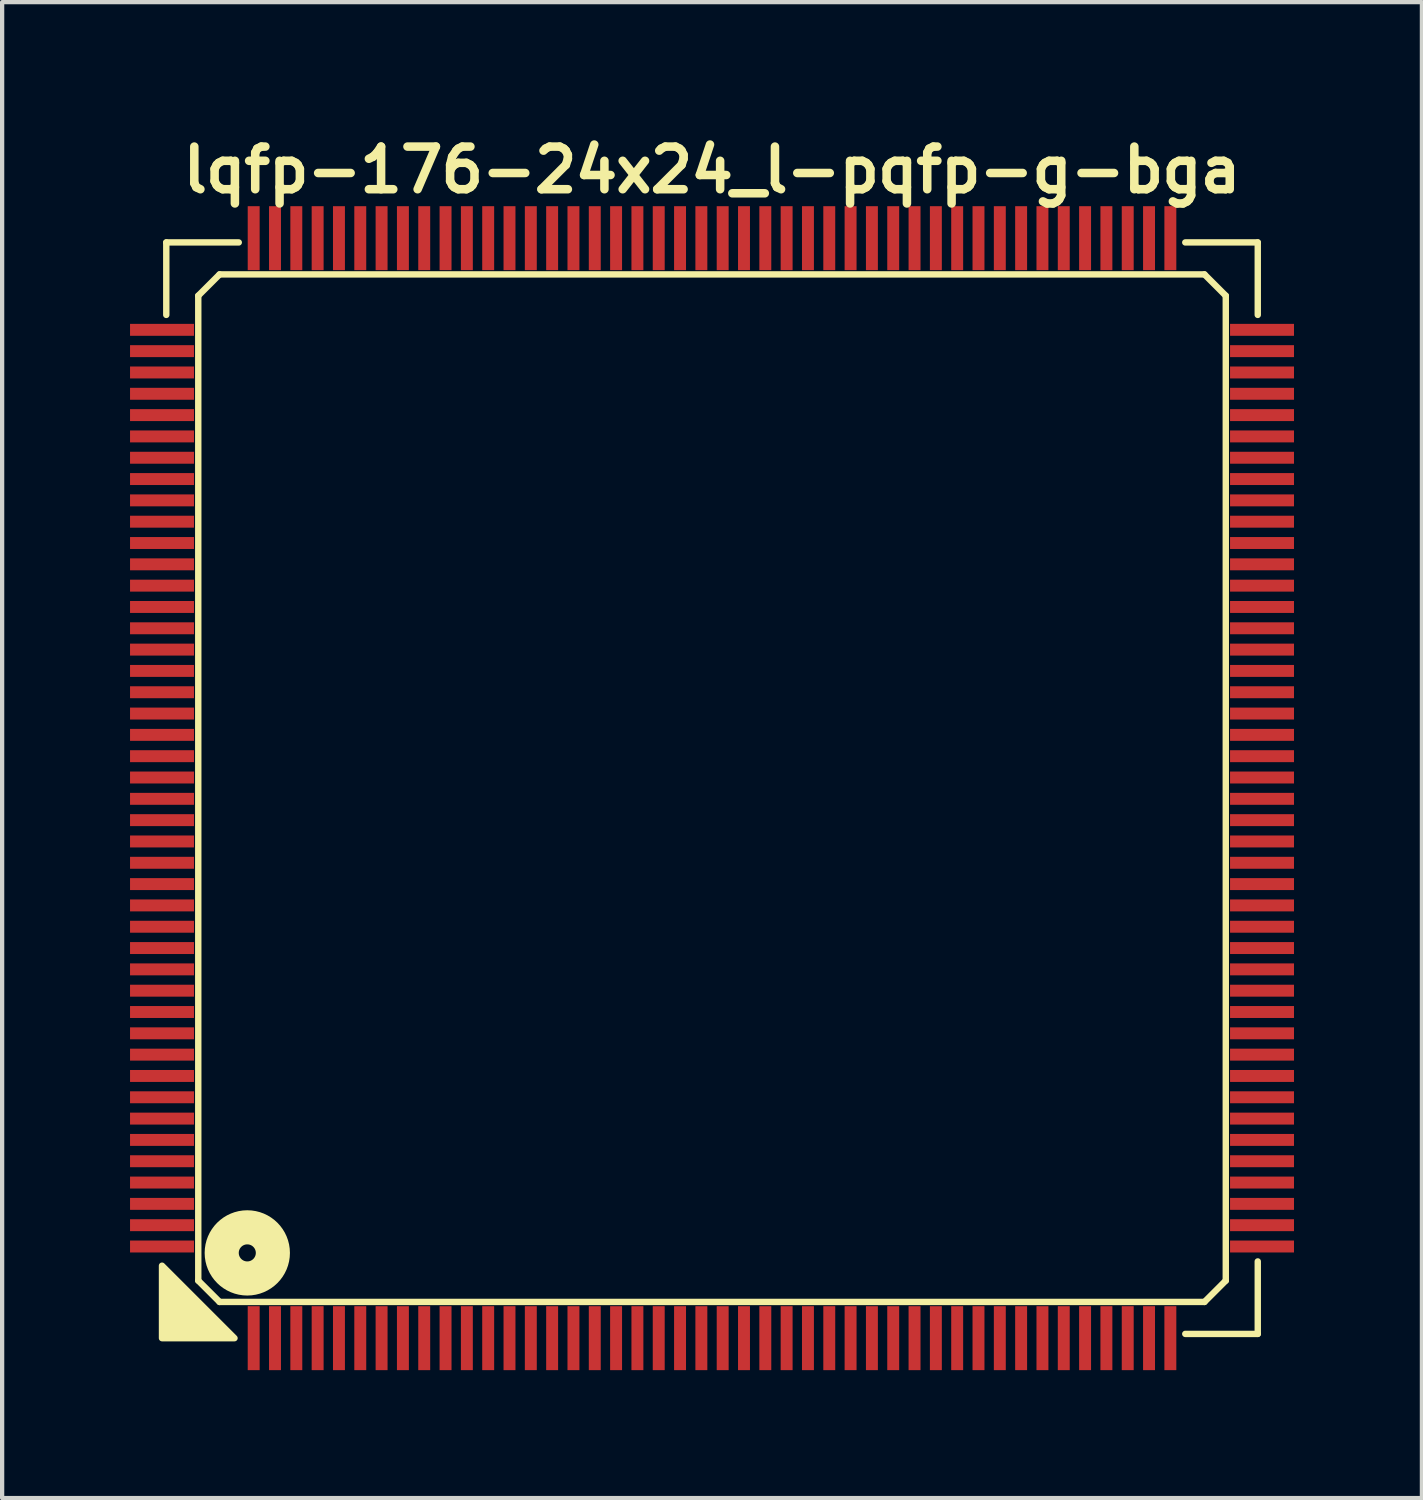
<source format=kicad_pcb>
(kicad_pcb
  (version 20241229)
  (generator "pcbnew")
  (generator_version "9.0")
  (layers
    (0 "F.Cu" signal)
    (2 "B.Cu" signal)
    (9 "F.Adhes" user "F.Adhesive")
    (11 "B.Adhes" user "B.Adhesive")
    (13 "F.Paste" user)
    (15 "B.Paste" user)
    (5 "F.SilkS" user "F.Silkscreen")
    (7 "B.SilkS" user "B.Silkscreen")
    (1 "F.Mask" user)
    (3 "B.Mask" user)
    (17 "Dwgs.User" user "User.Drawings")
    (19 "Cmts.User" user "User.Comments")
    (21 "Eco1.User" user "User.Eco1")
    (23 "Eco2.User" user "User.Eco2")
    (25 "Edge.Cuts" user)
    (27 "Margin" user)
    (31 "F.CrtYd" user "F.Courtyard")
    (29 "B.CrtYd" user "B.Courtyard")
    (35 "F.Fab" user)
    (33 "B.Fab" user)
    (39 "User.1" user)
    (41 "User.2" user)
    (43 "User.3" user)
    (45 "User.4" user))
  (footprint "lqfp-176-24x24_l-pqfp-g-bga"
    (layer "F.Cu")
    (at 13.65 15.436)
    (property "Reference" "lqfp-176-24x24_l-pqfp-g-bga" (at 0 -14.5 0) (layer "F.SilkS") (effects (font (size 1 1) (thickness 0.2))))
    (attr smd)
    (fp_line (start -12.8 -12.8) (end -11.1 -12.8) (stroke (width 0.15) (type solid)) (layer "F.SilkS"))
    (fp_line (start -12.8 -11.1) (end -12.8 -12.8) (stroke (width 0.15) (type solid)) (layer "F.SilkS"))
    (fp_line (start -12.05 -11.55) (end -11.55 -12.05) (stroke (width 0.15) (type solid)) (layer "F.SilkS"))
    (fp_line (start -12.05 11.55) (end -12.05 -11.55) (stroke (width 0.15) (type solid)) (layer "F.SilkS"))
    (fp_line (start -11.55 -12.05) (end 11.55 -12.05) (stroke (width 0.15) (type solid)) (layer "F.SilkS"))
    (fp_line (start -11.55 12.05) (end -12.05 11.55) (stroke (width 0.15) (type solid)) (layer "F.SilkS"))
    (fp_line (start 11.1 -12.8) (end 12.8 -12.8) (stroke (width 0.15) (type solid)) (layer "F.SilkS"))
    (fp_line (start 11.55 -12.05) (end 12.05 -11.55) (stroke (width 0.15) (type solid)) (layer "F.SilkS"))
    (fp_line (start 11.55 12.05) (end -11.55 12.05) (stroke (width 0.15) (type solid)) (layer "F.SilkS"))
    (fp_line (start 12.05 -11.55) (end 12.05 11.55) (stroke (width 0.15) (type solid)) (layer "F.SilkS"))
    (fp_line (start 12.05 11.55) (end 11.55 12.05) (stroke (width 0.15) (type solid)) (layer "F.SilkS"))
    (fp_line (start 12.8 -12.8) (end 12.8 -11.1) (stroke (width 0.15) (type solid)) (layer "F.SilkS"))
    (fp_line (start 12.8 11.1) (end 12.8 12.8) (stroke (width 0.15) (type solid)) (layer "F.SilkS"))
    (fp_line (start 12.8 12.8) (end 11.1 12.8) (stroke (width 0.15) (type solid)) (layer "F.SilkS"))
    (fp_circle (center -10.9 10.9) (end -10.7 10.9) (stroke (width 0.8) (type solid)) (fill no) (layer "F.SilkS"))
    (fp_poly (pts (xy -11.2 12.9) (xy -12.9 12.9) (xy -12.9 11.2)) (stroke (width 0.15) (type solid)) (fill yes) (layer "F.SilkS"))
    (pad "1" smd rect (at -10.75 12.9) (size 0.28 1.5) (layers "F.Cu" "F.Mask" "F.Paste"))
    (pad "2" smd rect (at -10.25 12.9) (size 0.28 1.5) (layers "F.Cu" "F.Mask" "F.Paste"))
    (pad "3" smd rect (at -9.75 12.9) (size 0.28 1.5) (layers "F.Cu" "F.Mask" "F.Paste"))
    (pad "4" smd rect (at -9.25 12.9) (size 0.28 1.5) (layers "F.Cu" "F.Mask" "F.Paste"))
    (pad "5" smd rect (at -8.75 12.9) (size 0.28 1.5) (layers "F.Cu" "F.Mask" "F.Paste"))
    (pad "6" smd rect (at -8.25 12.9) (size 0.28 1.5) (layers "F.Cu" "F.Mask" "F.Paste"))
    (pad "7" smd rect (at -7.75 12.9) (size 0.28 1.5) (layers "F.Cu" "F.Mask" "F.Paste"))
    (pad "8" smd rect (at -7.25 12.9) (size 0.28 1.5) (layers "F.Cu" "F.Mask" "F.Paste"))
    (pad "9" smd rect (at -6.75 12.9) (size 0.28 1.5) (layers "F.Cu" "F.Mask" "F.Paste"))
    (pad "10" smd rect (at -6.25 12.9) (size 0.28 1.5) (layers "F.Cu" "F.Mask" "F.Paste"))
    (pad "11" smd rect (at -5.75 12.9) (size 0.28 1.5) (layers "F.Cu" "F.Mask" "F.Paste"))
    (pad "12" smd rect (at -5.25 12.9) (size 0.28 1.5) (layers "F.Cu" "F.Mask" "F.Paste"))
    (pad "13" smd rect (at -4.75 12.9) (size 0.28 1.5) (layers "F.Cu" "F.Mask" "F.Paste"))
    (pad "14" smd rect (at -4.25 12.9) (size 0.28 1.5) (layers "F.Cu" "F.Mask" "F.Paste"))
    (pad "15" smd rect (at -3.75 12.9) (size 0.28 1.5) (layers "F.Cu" "F.Mask" "F.Paste"))
    (pad "16" smd rect (at -3.25 12.9) (size 0.28 1.5) (layers "F.Cu" "F.Mask" "F.Paste"))
    (pad "17" smd rect (at -2.75 12.9) (size 0.28 1.5) (layers "F.Cu" "F.Mask" "F.Paste"))
    (pad "18" smd rect (at -2.25 12.9) (size 0.28 1.5) (layers "F.Cu" "F.Mask" "F.Paste"))
    (pad "19" smd rect (at -1.75 12.9) (size 0.28 1.5) (layers "F.Cu" "F.Mask" "F.Paste"))
    (pad "20" smd rect (at -1.25 12.9) (size 0.28 1.5) (layers "F.Cu" "F.Mask" "F.Paste"))
    (pad "21" smd rect (at -0.75 12.9) (size 0.28 1.5) (layers "F.Cu" "F.Mask" "F.Paste"))
    (pad "22" smd rect (at -0.25 12.9) (size 0.28 1.5) (layers "F.Cu" "F.Mask" "F.Paste"))
    (pad "23" smd rect (at 0.25 12.9) (size 0.28 1.5) (layers "F.Cu" "F.Mask" "F.Paste"))
    (pad "24" smd rect (at 0.75 12.9) (size 0.28 1.5) (layers "F.Cu" "F.Mask" "F.Paste"))
    (pad "25" smd rect (at 1.25 12.9) (size 0.28 1.5) (layers "F.Cu" "F.Mask" "F.Paste"))
    (pad "26" smd rect (at 1.75 12.9) (size 0.28 1.5) (layers "F.Cu" "F.Mask" "F.Paste"))
    (pad "27" smd rect (at 2.25 12.9) (size 0.28 1.5) (layers "F.Cu" "F.Mask" "F.Paste"))
    (pad "28" smd rect (at 2.75 12.9) (size 0.28 1.5) (layers "F.Cu" "F.Mask" "F.Paste"))
    (pad "29" smd rect (at 3.25 12.9) (size 0.28 1.5) (layers "F.Cu" "F.Mask" "F.Paste"))
    (pad "30" smd rect (at 3.75 12.9) (size 0.28 1.5) (layers "F.Cu" "F.Mask" "F.Paste"))
    (pad "31" smd rect (at 4.25 12.9) (size 0.28 1.5) (layers "F.Cu" "F.Mask" "F.Paste"))
    (pad "32" smd rect (at 4.75 12.9) (size 0.28 1.5) (layers "F.Cu" "F.Mask" "F.Paste"))
    (pad "33" smd rect (at 5.25 12.9) (size 0.28 1.5) (layers "F.Cu" "F.Mask" "F.Paste"))
    (pad "34" smd rect (at 5.75 12.9) (size 0.28 1.5) (layers "F.Cu" "F.Mask" "F.Paste"))
    (pad "35" smd rect (at 6.25 12.9) (size 0.28 1.5) (layers "F.Cu" "F.Mask" "F.Paste"))
    (pad "36" smd rect (at 6.75 12.9) (size 0.28 1.5) (layers "F.Cu" "F.Mask" "F.Paste"))
    (pad "37" smd rect (at 7.25 12.9) (size 0.28 1.5) (layers "F.Cu" "F.Mask" "F.Paste"))
    (pad "38" smd rect (at 7.75 12.9) (size 0.28 1.5) (layers "F.Cu" "F.Mask" "F.Paste"))
    (pad "39" smd rect (at 8.25 12.9) (size 0.28 1.5) (layers "F.Cu" "F.Mask" "F.Paste"))
    (pad "40" smd rect (at 8.75 12.9) (size 0.28 1.5) (layers "F.Cu" "F.Mask" "F.Paste"))
    (pad "41" smd rect (at 9.25 12.9) (size 0.28 1.5) (layers "F.Cu" "F.Mask" "F.Paste"))
    (pad "42" smd rect (at 9.75 12.9) (size 0.28 1.5) (layers "F.Cu" "F.Mask" "F.Paste"))
    (pad "43" smd rect (at 10.25 12.9) (size 0.28 1.5) (layers "F.Cu" "F.Mask" "F.Paste"))
    (pad "44" smd rect (at 10.75 12.9) (size 0.28 1.5) (layers "F.Cu" "F.Mask" "F.Paste"))
    (pad "45" smd rect (at 12.9 10.75) (size 1.5 0.28) (layers "F.Cu" "F.Mask" "F.Paste"))
    (pad "46" smd rect (at 12.9 10.25) (size 1.5 0.28) (layers "F.Cu" "F.Mask" "F.Paste"))
    (pad "47" smd rect (at 12.9 9.75) (size 1.5 0.28) (layers "F.Cu" "F.Mask" "F.Paste"))
    (pad "48" smd rect (at 12.9 9.25) (size 1.5 0.28) (layers "F.Cu" "F.Mask" "F.Paste"))
    (pad "49" smd rect (at 12.9 8.75) (size 1.5 0.28) (layers "F.Cu" "F.Mask" "F.Paste"))
    (pad "50" smd rect (at 12.9 8.25) (size 1.5 0.28) (layers "F.Cu" "F.Mask" "F.Paste"))
    (pad "51" smd rect (at 12.9 7.75) (size 1.5 0.28) (layers "F.Cu" "F.Mask" "F.Paste"))
    (pad "52" smd rect (at 12.9 7.25) (size 1.5 0.28) (layers "F.Cu" "F.Mask" "F.Paste"))
    (pad "53" smd rect (at 12.9 6.75) (size 1.5 0.28) (layers "F.Cu" "F.Mask" "F.Paste"))
    (pad "54" smd rect (at 12.9 6.25) (size 1.5 0.28) (layers "F.Cu" "F.Mask" "F.Paste"))
    (pad "55" smd rect (at 12.9 5.75) (size 1.5 0.28) (layers "F.Cu" "F.Mask" "F.Paste"))
    (pad "56" smd rect (at 12.9 5.25) (size 1.5 0.28) (layers "F.Cu" "F.Mask" "F.Paste"))
    (pad "57" smd rect (at 12.9 4.75) (size 1.5 0.28) (layers "F.Cu" "F.Mask" "F.Paste"))
    (pad "58" smd rect (at 12.9 4.25) (size 1.5 0.28) (layers "F.Cu" "F.Mask" "F.Paste"))
    (pad "59" smd rect (at 12.9 3.75) (size 1.5 0.28) (layers "F.Cu" "F.Mask" "F.Paste"))
    (pad "60" smd rect (at 12.9 3.25) (size 1.5 0.28) (layers "F.Cu" "F.Mask" "F.Paste"))
    (pad "61" smd rect (at 12.9 2.75) (size 1.5 0.28) (layers "F.Cu" "F.Mask" "F.Paste"))
    (pad "62" smd rect (at 12.9 2.25) (size 1.5 0.28) (layers "F.Cu" "F.Mask" "F.Paste"))
    (pad "63" smd rect (at 12.9 1.75) (size 1.5 0.28) (layers "F.Cu" "F.Mask" "F.Paste"))
    (pad "64" smd rect (at 12.9 1.25) (size 1.5 0.28) (layers "F.Cu" "F.Mask" "F.Paste"))
    (pad "65" smd rect (at 12.9 0.75) (size 1.5 0.28) (layers "F.Cu" "F.Mask" "F.Paste"))
    (pad "66" smd rect (at 12.9 0.25) (size 1.5 0.28) (layers "F.Cu" "F.Mask" "F.Paste"))
    (pad "67" smd rect (at 12.9 -0.25) (size 1.5 0.28) (layers "F.Cu" "F.Mask" "F.Paste"))
    (pad "68" smd rect (at 12.9 -0.75) (size 1.5 0.28) (layers "F.Cu" "F.Mask" "F.Paste"))
    (pad "69" smd rect (at 12.9 -1.25) (size 1.5 0.28) (layers "F.Cu" "F.Mask" "F.Paste"))
    (pad "70" smd rect (at 12.9 -1.75) (size 1.5 0.28) (layers "F.Cu" "F.Mask" "F.Paste"))
    (pad "71" smd rect (at 12.9 -2.25) (size 1.5 0.28) (layers "F.Cu" "F.Mask" "F.Paste"))
    (pad "72" smd rect (at 12.9 -2.75) (size 1.5 0.28) (layers "F.Cu" "F.Mask" "F.Paste"))
    (pad "73" smd rect (at 12.9 -3.25) (size 1.5 0.28) (layers "F.Cu" "F.Mask" "F.Paste"))
    (pad "74" smd rect (at 12.9 -3.75) (size 1.5 0.28) (layers "F.Cu" "F.Mask" "F.Paste"))
    (pad "75" smd rect (at 12.9 -4.25) (size 1.5 0.28) (layers "F.Cu" "F.Mask" "F.Paste"))
    (pad "76" smd rect (at 12.9 -4.75) (size 1.5 0.28) (layers "F.Cu" "F.Mask" "F.Paste"))
    (pad "77" smd rect (at 12.9 -5.25) (size 1.5 0.28) (layers "F.Cu" "F.Mask" "F.Paste"))
    (pad "78" smd rect (at 12.9 -5.75) (size 1.5 0.28) (layers "F.Cu" "F.Mask" "F.Paste"))
    (pad "79" smd rect (at 12.9 -6.25) (size 1.5 0.28) (layers "F.Cu" "F.Mask" "F.Paste"))
    (pad "80" smd rect (at 12.9 -6.75) (size 1.5 0.28) (layers "F.Cu" "F.Mask" "F.Paste"))
    (pad "81" smd rect (at 12.9 -7.25) (size 1.5 0.28) (layers "F.Cu" "F.Mask" "F.Paste"))
    (pad "82" smd rect (at 12.9 -7.75) (size 1.5 0.28) (layers "F.Cu" "F.Mask" "F.Paste"))
    (pad "83" smd rect (at 12.9 -8.25) (size 1.5 0.28) (layers "F.Cu" "F.Mask" "F.Paste"))
    (pad "84" smd rect (at 12.9 -8.75) (size 1.5 0.28) (layers "F.Cu" "F.Mask" "F.Paste"))
    (pad "85" smd rect (at 12.9 -9.25) (size 1.5 0.28) (layers "F.Cu" "F.Mask" "F.Paste"))
    (pad "86" smd rect (at 12.9 -9.75) (size 1.5 0.28) (layers "F.Cu" "F.Mask" "F.Paste"))
    (pad "87" smd rect (at 12.9 -10.25) (size 1.5 0.28) (layers "F.Cu" "F.Mask" "F.Paste"))
    (pad "88" smd rect (at 12.9 -10.75) (size 1.5 0.28) (layers "F.Cu" "F.Mask" "F.Paste"))
    (pad "89" smd rect (at 10.75 -12.9) (size 0.28 1.5) (layers "F.Cu" "F.Mask" "F.Paste"))
    (pad "90" smd rect (at 10.25 -12.9) (size 0.28 1.5) (layers "F.Cu" "F.Mask" "F.Paste"))
    (pad "91" smd rect (at 9.75 -12.9) (size 0.28 1.5) (layers "F.Cu" "F.Mask" "F.Paste"))
    (pad "92" smd rect (at 9.25 -12.9) (size 0.28 1.5) (layers "F.Cu" "F.Mask" "F.Paste"))
    (pad "93" smd rect (at 8.75 -12.9) (size 0.28 1.5) (layers "F.Cu" "F.Mask" "F.Paste"))
    (pad "94" smd rect (at 8.25 -12.9) (size 0.28 1.5) (layers "F.Cu" "F.Mask" "F.Paste"))
    (pad "95" smd rect (at 7.75 -12.9) (size 0.28 1.5) (layers "F.Cu" "F.Mask" "F.Paste"))
    (pad "96" smd rect (at 7.25 -12.9) (size 0.28 1.5) (layers "F.Cu" "F.Mask" "F.Paste"))
    (pad "97" smd rect (at 6.75 -12.9) (size 0.28 1.5) (layers "F.Cu" "F.Mask" "F.Paste"))
    (pad "98" smd rect (at 6.25 -12.9) (size 0.28 1.5) (layers "F.Cu" "F.Mask" "F.Paste"))
    (pad "99" smd rect (at 5.75 -12.9) (size 0.28 1.5) (layers "F.Cu" "F.Mask" "F.Paste"))
    (pad "100" smd rect (at 5.25 -12.9) (size 0.28 1.5) (layers "F.Cu" "F.Mask" "F.Paste"))
    (pad "101" smd rect (at 4.75 -12.9) (size 0.28 1.5) (layers "F.Cu" "F.Mask" "F.Paste"))
    (pad "102" smd rect (at 4.25 -12.9) (size 0.28 1.5) (layers "F.Cu" "F.Mask" "F.Paste"))
    (pad "103" smd rect (at 3.75 -12.9) (size 0.28 1.5) (layers "F.Cu" "F.Mask" "F.Paste"))
    (pad "104" smd rect (at 3.25 -12.9) (size 0.28 1.5) (layers "F.Cu" "F.Mask" "F.Paste"))
    (pad "105" smd rect (at 2.75 -12.9) (size 0.28 1.5) (layers "F.Cu" "F.Mask" "F.Paste"))
    (pad "106" smd rect (at 2.25 -12.9) (size 0.28 1.5) (layers "F.Cu" "F.Mask" "F.Paste"))
    (pad "107" smd rect (at 1.75 -12.9) (size 0.28 1.5) (layers "F.Cu" "F.Mask" "F.Paste"))
    (pad "108" smd rect (at 1.25 -12.9) (size 0.28 1.5) (layers "F.Cu" "F.Mask" "F.Paste"))
    (pad "109" smd rect (at 0.75 -12.9) (size 0.28 1.5) (layers "F.Cu" "F.Mask" "F.Paste"))
    (pad "110" smd rect (at 0.25 -12.9) (size 0.28 1.5) (layers "F.Cu" "F.Mask" "F.Paste"))
    (pad "111" smd rect (at -0.25 -12.9) (size 0.28 1.5) (layers "F.Cu" "F.Mask" "F.Paste"))
    (pad "112" smd rect (at -0.75 -12.9) (size 0.28 1.5) (layers "F.Cu" "F.Mask" "F.Paste"))
    (pad "113" smd rect (at -1.25 -12.9) (size 0.28 1.5) (layers "F.Cu" "F.Mask" "F.Paste"))
    (pad "114" smd rect (at -1.75 -12.9) (size 0.28 1.5) (layers "F.Cu" "F.Mask" "F.Paste"))
    (pad "115" smd rect (at -2.25 -12.9) (size 0.28 1.5) (layers "F.Cu" "F.Mask" "F.Paste"))
    (pad "116" smd rect (at -2.75 -12.9) (size 0.28 1.5) (layers "F.Cu" "F.Mask" "F.Paste"))
    (pad "117" smd rect (at -3.25 -12.9) (size 0.28 1.5) (layers "F.Cu" "F.Mask" "F.Paste"))
    (pad "118" smd rect (at -3.75 -12.9) (size 0.28 1.5) (layers "F.Cu" "F.Mask" "F.Paste"))
    (pad "119" smd rect (at -4.25 -12.9) (size 0.28 1.5) (layers "F.Cu" "F.Mask" "F.Paste"))
    (pad "120" smd rect (at -4.75 -12.9) (size 0.28 1.5) (layers "F.Cu" "F.Mask" "F.Paste"))
    (pad "121" smd rect (at -5.25 -12.9) (size 0.28 1.5) (layers "F.Cu" "F.Mask" "F.Paste"))
    (pad "122" smd rect (at -5.75 -12.9) (size 0.28 1.5) (layers "F.Cu" "F.Mask" "F.Paste"))
    (pad "123" smd rect (at -6.25 -12.9) (size 0.28 1.5) (layers "F.Cu" "F.Mask" "F.Paste"))
    (pad "124" smd rect (at -6.75 -12.9) (size 0.28 1.5) (layers "F.Cu" "F.Mask" "F.Paste"))
    (pad "125" smd rect (at -7.25 -12.9) (size 0.28 1.5) (layers "F.Cu" "F.Mask" "F.Paste"))
    (pad "126" smd rect (at -7.75 -12.9) (size 0.28 1.5) (layers "F.Cu" "F.Mask" "F.Paste"))
    (pad "127" smd rect (at -8.25 -12.9) (size 0.28 1.5) (layers "F.Cu" "F.Mask" "F.Paste"))
    (pad "128" smd rect (at -8.75 -12.9) (size 0.28 1.5) (layers "F.Cu" "F.Mask" "F.Paste"))
    (pad "129" smd rect (at -9.25 -12.9) (size 0.28 1.5) (layers "F.Cu" "F.Mask" "F.Paste"))
    (pad "130" smd rect (at -9.75 -12.9) (size 0.28 1.5) (layers "F.Cu" "F.Mask" "F.Paste"))
    (pad "131" smd rect (at -10.25 -12.9) (size 0.28 1.5) (layers "F.Cu" "F.Mask" "F.Paste"))
    (pad "132" smd rect (at -10.75 -12.9) (size 0.28 1.5) (layers "F.Cu" "F.Mask" "F.Paste"))
    (pad "133" smd rect (at -12.9 -10.75) (size 1.5 0.28) (layers "F.Cu" "F.Mask" "F.Paste"))
    (pad "134" smd rect (at -12.9 -10.25) (size 1.5 0.28) (layers "F.Cu" "F.Mask" "F.Paste"))
    (pad "135" smd rect (at -12.9 -9.75) (size 1.5 0.28) (layers "F.Cu" "F.Mask" "F.Paste"))
    (pad "136" smd rect (at -12.9 -9.25) (size 1.5 0.28) (layers "F.Cu" "F.Mask" "F.Paste"))
    (pad "137" smd rect (at -12.9 -8.75) (size 1.5 0.28) (layers "F.Cu" "F.Mask" "F.Paste"))
    (pad "138" smd rect (at -12.9 -8.25) (size 1.5 0.28) (layers "F.Cu" "F.Mask" "F.Paste"))
    (pad "139" smd rect (at -12.9 -7.75) (size 1.5 0.28) (layers "F.Cu" "F.Mask" "F.Paste"))
    (pad "140" smd rect (at -12.9 -7.25) (size 1.5 0.28) (layers "F.Cu" "F.Mask" "F.Paste"))
    (pad "141" smd rect (at -12.9 -6.75) (size 1.5 0.28) (layers "F.Cu" "F.Mask" "F.Paste"))
    (pad "142" smd rect (at -12.9 -6.25) (size 1.5 0.28) (layers "F.Cu" "F.Mask" "F.Paste"))
    (pad "143" smd rect (at -12.9 -5.75) (size 1.5 0.28) (layers "F.Cu" "F.Mask" "F.Paste"))
    (pad "144" smd rect (at -12.9 -5.25) (size 1.5 0.28) (layers "F.Cu" "F.Mask" "F.Paste"))
    (pad "145" smd rect (at -12.9 -4.75) (size 1.5 0.28) (layers "F.Cu" "F.Mask" "F.Paste"))
    (pad "146" smd rect (at -12.9 -4.25) (size 1.5 0.28) (layers "F.Cu" "F.Mask" "F.Paste"))
    (pad "147" smd rect (at -12.9 -3.75) (size 1.5 0.28) (layers "F.Cu" "F.Mask" "F.Paste"))
    (pad "148" smd rect (at -12.9 -3.25) (size 1.5 0.28) (layers "F.Cu" "F.Mask" "F.Paste"))
    (pad "149" smd rect (at -12.9 -2.75) (size 1.5 0.28) (layers "F.Cu" "F.Mask" "F.Paste"))
    (pad "150" smd rect (at -12.9 -2.25) (size 1.5 0.28) (layers "F.Cu" "F.Mask" "F.Paste"))
    (pad "151" smd rect (at -12.9 -1.75) (size 1.5 0.28) (layers "F.Cu" "F.Mask" "F.Paste"))
    (pad "152" smd rect (at -12.9 -1.25) (size 1.5 0.28) (layers "F.Cu" "F.Mask" "F.Paste"))
    (pad "153" smd rect (at -12.9 -0.75) (size 1.5 0.28) (layers "F.Cu" "F.Mask" "F.Paste"))
    (pad "154" smd rect (at -12.9 -0.25) (size 1.5 0.28) (layers "F.Cu" "F.Mask" "F.Paste"))
    (pad "155" smd rect (at -12.9 0.25) (size 1.5 0.28) (layers "F.Cu" "F.Mask" "F.Paste"))
    (pad "156" smd rect (at -12.9 0.75) (size 1.5 0.28) (layers "F.Cu" "F.Mask" "F.Paste"))
    (pad "157" smd rect (at -12.9 1.25) (size 1.5 0.28) (layers "F.Cu" "F.Mask" "F.Paste"))
    (pad "158" smd rect (at -12.9 1.75) (size 1.5 0.28) (layers "F.Cu" "F.Mask" "F.Paste"))
    (pad "159" smd rect (at -12.9 2.25) (size 1.5 0.28) (layers "F.Cu" "F.Mask" "F.Paste"))
    (pad "160" smd rect (at -12.9 2.75) (size 1.5 0.28) (layers "F.Cu" "F.Mask" "F.Paste"))
    (pad "161" smd rect (at -12.9 3.25) (size 1.5 0.28) (layers "F.Cu" "F.Mask" "F.Paste"))
    (pad "162" smd rect (at -12.9 3.75) (size 1.5 0.28) (layers "F.Cu" "F.Mask" "F.Paste"))
    (pad "163" smd rect (at -12.9 4.25) (size 1.5 0.28) (layers "F.Cu" "F.Mask" "F.Paste"))
    (pad "164" smd rect (at -12.9 4.75) (size 1.5 0.28) (layers "F.Cu" "F.Mask" "F.Paste"))
    (pad "165" smd rect (at -12.9 5.25) (size 1.5 0.28) (layers "F.Cu" "F.Mask" "F.Paste"))
    (pad "166" smd rect (at -12.9 5.75) (size 1.5 0.28) (layers "F.Cu" "F.Mask" "F.Paste"))
    (pad "167" smd rect (at -12.9 6.25) (size 1.5 0.28) (layers "F.Cu" "F.Mask" "F.Paste"))
    (pad "168" smd rect (at -12.9 6.75) (size 1.5 0.28) (layers "F.Cu" "F.Mask" "F.Paste"))
    (pad "169" smd rect (at -12.9 7.25) (size 1.5 0.28) (layers "F.Cu" "F.Mask" "F.Paste"))
    (pad "170" smd rect (at -12.9 7.75) (size 1.5 0.28) (layers "F.Cu" "F.Mask" "F.Paste"))
    (pad "171" smd rect (at -12.9 8.25) (size 1.5 0.28) (layers "F.Cu" "F.Mask" "F.Paste"))
    (pad "172" smd rect (at -12.9 8.75) (size 1.5 0.28) (layers "F.Cu" "F.Mask" "F.Paste"))
    (pad "173" smd rect (at -12.9 9.25) (size 1.5 0.28) (layers "F.Cu" "F.Mask" "F.Paste"))
    (pad "174" smd rect (at -12.9 9.75) (size 1.5 0.28) (layers "F.Cu" "F.Mask" "F.Paste"))
    (pad "175" smd rect (at -12.9 10.25) (size 1.5 0.28) (layers "F.Cu" "F.Mask" "F.Paste"))
    (pad "176" smd rect (at -12.9 10.75) (size 1.5 0.28) (layers "F.Cu" "F.Mask" "F.Paste")))
  (gr_rect
    (start -3 -3)
    (end 30.3 32.086)
    (stroke (width 0.1) (type default))
    (fill no)
    (layer "Edge.Cuts")))
</source>
